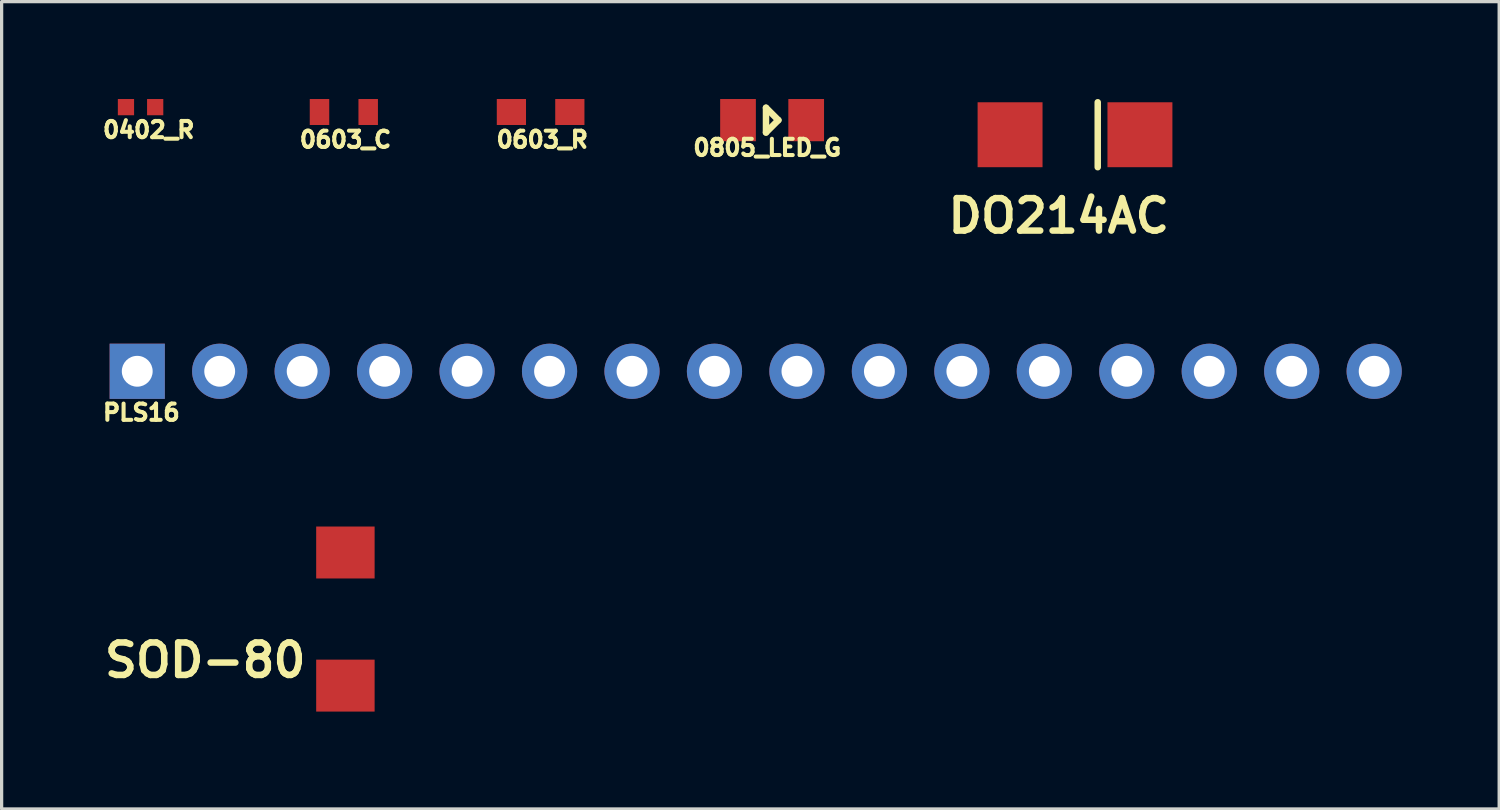
<source format=kicad_pcb>
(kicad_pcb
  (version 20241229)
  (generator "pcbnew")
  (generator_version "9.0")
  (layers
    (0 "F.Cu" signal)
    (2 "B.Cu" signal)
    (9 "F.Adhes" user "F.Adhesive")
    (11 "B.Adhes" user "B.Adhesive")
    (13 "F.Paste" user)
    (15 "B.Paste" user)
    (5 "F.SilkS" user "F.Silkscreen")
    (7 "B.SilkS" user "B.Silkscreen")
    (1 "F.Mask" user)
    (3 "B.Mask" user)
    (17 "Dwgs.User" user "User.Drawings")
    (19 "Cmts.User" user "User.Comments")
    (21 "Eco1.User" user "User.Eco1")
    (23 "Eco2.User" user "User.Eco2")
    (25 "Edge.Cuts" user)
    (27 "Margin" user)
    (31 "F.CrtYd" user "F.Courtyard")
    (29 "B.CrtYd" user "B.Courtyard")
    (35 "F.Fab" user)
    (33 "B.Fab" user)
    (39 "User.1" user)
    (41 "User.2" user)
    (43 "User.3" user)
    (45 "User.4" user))
  (footprint "PLS16"
    (layer "F.Cu")
    (at 1.177 8.386)
    (property "Reference" "PLS16" (at 0.127 1.27 0) (layer "F.SilkS") (effects (font (size 0.5 0.5) (thickness 0.125))))
    (attr through_hole)
    (pad "1" thru_hole rect (at 0 0) (size 1.7 1.7) (drill 0.95) (layers "*.Cu" "*.Mask"))
    (pad "2" thru_hole circle (at 2.54 0) (size 1.7 1.7) (drill 0.95) (layers "*.Cu" "*.Mask"))
    (pad "3" thru_hole circle (at 5.08 0) (size 1.7 1.7) (drill 0.95) (layers "*.Cu" "*.Mask"))
    (pad "4" thru_hole circle (at 7.62 0) (size 1.7 1.7) (drill 0.95) (layers "*.Cu" "*.Mask"))
    (pad "5" thru_hole circle (at 10.16 0) (size 1.7 1.7) (drill 0.95) (layers "*.Cu" "*.Mask"))
    (pad "6" thru_hole circle (at 12.7 0) (size 1.7 1.7) (drill 0.95) (layers "*.Cu" "*.Mask"))
    (pad "7" thru_hole circle (at 15.24 0) (size 1.7 1.7) (drill 0.95) (layers "*.Cu" "*.Mask"))
    (pad "8" thru_hole circle (at 17.78 0) (size 1.7 1.7) (drill 0.95) (layers "*.Cu" "*.Mask"))
    (pad "9" thru_hole circle (at 20.32 0) (size 1.7 1.7) (drill 0.95) (layers "*.Cu" "*.Mask"))
    (pad "10" thru_hole circle (at 22.86 0) (size 1.7 1.7) (drill 0.95) (layers "*.Cu" "*.Mask"))
    (pad "11" thru_hole circle (at 25.4 0) (size 1.7 1.7) (drill 0.95) (layers "*.Cu" "*.Mask"))
    (pad "12" thru_hole circle (at 27.94 0) (size 1.7 1.7) (drill 0.95) (layers "*.Cu" "*.Mask"))
    (pad "13" thru_hole circle (at 30.48 0) (size 1.7 1.7) (drill 0.95) (layers "*.Cu" "*.Mask"))
    (pad "14" thru_hole circle (at 33.02 0) (size 1.7 1.7) (drill 0.95) (layers "*.Cu" "*.Mask"))
    (pad "15" thru_hole circle (at 35.56 0) (size 1.7 1.7) (drill 0.95) (layers "*.Cu" "*.Mask"))
    (pad "16" thru_hole circle (at 38.1 0) (size 1.7 1.7) (drill 0.95) (layers "*.Cu" "*.Mask")))
  (footprint "0402_R"
    (layer "F.Cu")
    (at 0.83 0.25)
    (property "Reference" "0402_R" (at 0.7 0.7 0) (layer "F.SilkS") (effects (font (size 0.5 0.5) (thickness 0.125))))
    (attr through_hole)
    (pad "1" smd rect (at 0 0) (size 0.5 0.5) (layers "F.Cu" "F.Mask" "F.Paste"))
    (pad "2" smd rect (at 0.9 0) (size 0.5 0.5) (layers "F.Cu" "F.Mask" "F.Paste")))
  (footprint "0805_LED_G"
    (layer "F.Cu")
    (at 19.782 0.65)
    (property "Reference" "0805_LED_G" (at 0.8 0.85 0) (layer "F.SilkS") (effects (font (size 0.5 0.5) (thickness 0.125))))
    (attr through_hole)
    (fp_line (start 0.762 -0.381) (end 0.762 0.381) (stroke (width 0.2) (type solid)) (layer "F.SilkS"))
    (fp_line (start 0.762 0.381) (end 1.143 0) (stroke (width 0.2) (type solid)) (layer "F.SilkS"))
    (fp_line (start 1.143 0) (end 0.762 -0.381) (stroke (width 0.2) (type solid)) (layer "F.SilkS"))
    (pad "1" smd rect (at -0.1 0) (size 1.1 1.3) (layers "F.Cu" "F.Mask" "F.Paste"))
    (pad "2" smd rect (at 2 0) (size 1.1 1.3) (layers "F.Cu" "F.Mask" "F.Paste")))
  (footprint "0603_C"
    (layer "F.Cu")
    (at 6.791 0.4)
    (property "Reference" "0603_C" (at 0.8 0.85 0) (layer "F.SilkS") (effects (font (size 0.5 0.5) (thickness 0.125))))
    (attr through_hole)
    (pad "1" smd rect (at 0 0) (size 0.6 0.8) (layers "F.Cu" "F.Mask" "F.Paste"))
    (pad "2" smd rect (at 1.5 0) (size 0.6 0.8) (layers "F.Cu" "F.Mask" "F.Paste")))
  (footprint "SOD-80"
    (layer "F.Cu")
    (at 7.589 17.668)
    (property "Reference" "SOD-80" (at -4.318 -0.381 0) (layer "F.SilkS") (effects (font (size 1 1) (thickness 0.2))))
    (attr through_hole)
    (pad "1" smd rect (at 0 0.4) (size 1.8 1.6) (layers "F.Cu" "F.Mask" "F.Paste"))
    (pad "2" smd rect (at 0 -3.7) (size 1.8 1.6) (layers "F.Cu" "F.Mask" "F.Paste")))
  (footprint "DO214AC"
    (layer "F.Cu")
    (at 27.562 1.1)
    (property "Reference" "DO214AC" (at 2 2.5 0) (layer "F.SilkS") (effects (font (size 1 1) (thickness 0.2))))
    (attr through_hole)
    (fp_line (start 3.2 -1) (end 3.2 1) (stroke (width 0.2) (type solid)) (layer "F.SilkS"))
    (pad "1" smd rect (at 0.5 0) (size 2 2) (layers "F.Cu" "F.Mask" "F.Paste"))
    (pad "2" smd rect (at 4.5 0) (size 2 2) (layers "F.Cu" "F.Mask" "F.Paste")))
  (footprint "0603_R"
    (layer "F.Cu")
    (at 12.852 0.4)
    (property "Reference" "0603_R" (at 0.8 0.85 0) (layer "F.SilkS") (effects (font (size 0.5 0.5) (thickness 0.125))))
    (attr through_hole)
    (pad "1" smd rect (at -0.15 0) (size 0.9 0.8) (layers "F.Cu" "F.Mask" "F.Paste"))
    (pad "2" smd rect (at 1.65 0) (size 0.9 0.8) (layers "F.Cu" "F.Mask" "F.Paste")))
  (gr_rect
    (start -3 -3)
    (end 43.127 21.868)
    (stroke (width 0.1) (type default))
    (fill no)
    (layer "Edge.Cuts")))
</source>
